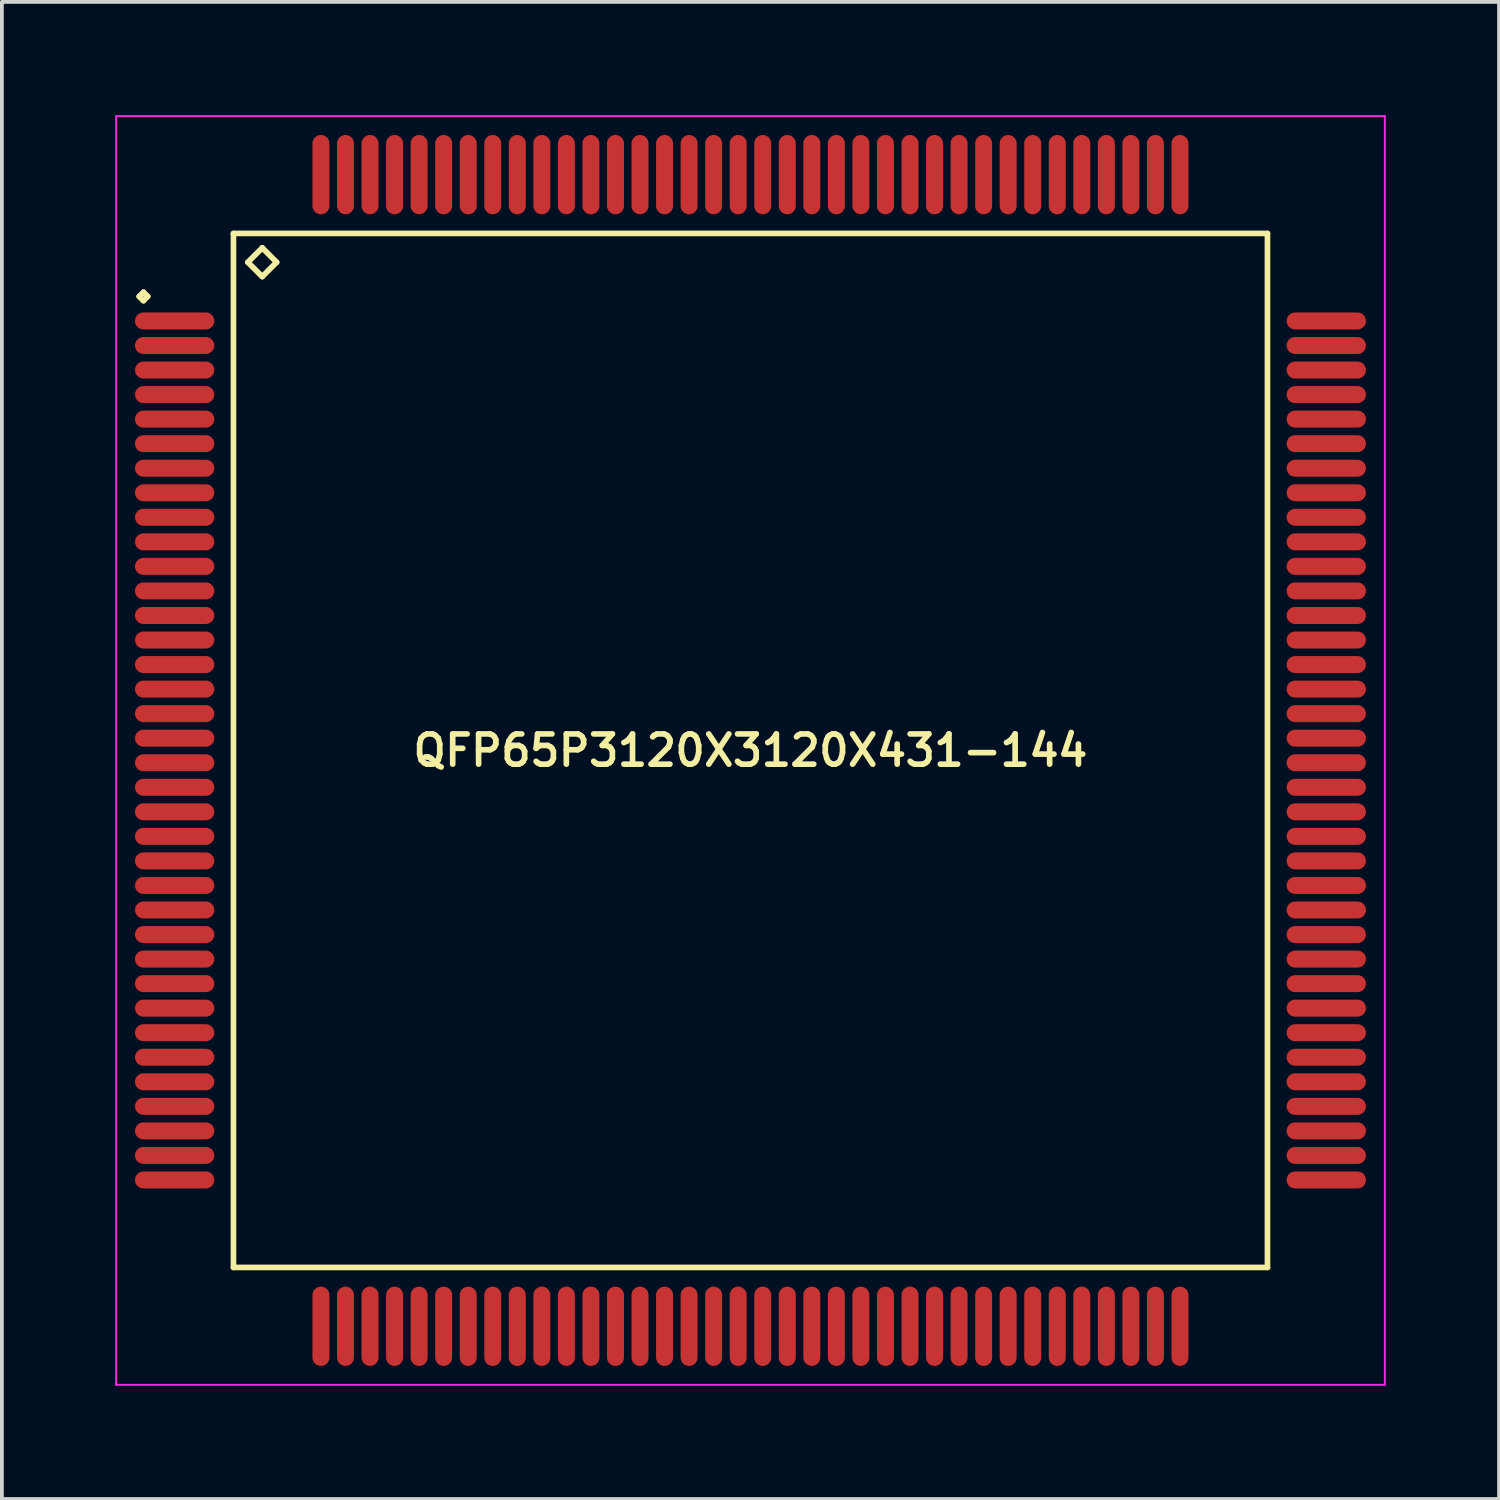
<source format=kicad_pcb>
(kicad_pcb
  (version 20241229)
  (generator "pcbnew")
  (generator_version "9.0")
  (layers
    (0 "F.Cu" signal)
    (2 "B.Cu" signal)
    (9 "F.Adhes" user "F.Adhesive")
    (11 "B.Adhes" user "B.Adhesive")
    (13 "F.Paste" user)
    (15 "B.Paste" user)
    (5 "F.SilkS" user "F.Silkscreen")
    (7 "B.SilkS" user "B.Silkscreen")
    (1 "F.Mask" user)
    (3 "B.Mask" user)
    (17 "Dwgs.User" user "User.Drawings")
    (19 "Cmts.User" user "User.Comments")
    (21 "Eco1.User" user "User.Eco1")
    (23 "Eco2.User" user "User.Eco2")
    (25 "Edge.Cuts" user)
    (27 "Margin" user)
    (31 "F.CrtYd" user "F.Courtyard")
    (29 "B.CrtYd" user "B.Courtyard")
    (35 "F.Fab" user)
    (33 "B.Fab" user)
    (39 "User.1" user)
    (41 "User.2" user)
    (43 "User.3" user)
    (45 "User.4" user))
  (footprint "QFP65P3120X3120X431-144"
    (layer "F.Cu")
    (at 16.825 16.825)
    (property "Reference" "QFP65P3120X3120X431-144" (at 0 0 0) (layer "F.SilkS") (effects (font (size 0.8 0.8) (thickness 0.15))))
    (attr smd)
    (fp_line (start -16.188 -12.025) (end -16.075 -12.137) (stroke (width 0.15) (type solid)) (layer "F.SilkS"))
    (fp_line (start -16.075 -12.137) (end -15.963 -12.025) (stroke (width 0.15) (type solid)) (layer "F.SilkS"))
    (fp_line (start -16.075 -11.912) (end -16.188 -12.025) (stroke (width 0.15) (type solid)) (layer "F.SilkS"))
    (fp_line (start -15.963 -12.025) (end -16.075 -11.912) (stroke (width 0.15) (type solid)) (layer "F.SilkS"))
    (fp_line (start -13.692 -13.692) (end -13.692 13.692) (stroke (width 0.15) (type solid)) (layer "F.SilkS"))
    (fp_line (start -13.692 13.692) (end 13.692 13.692) (stroke (width 0.15) (type solid)) (layer "F.SilkS"))
    (fp_line (start -13.311 -12.93) (end -12.93 -13.311) (stroke (width 0.15) (type solid)) (layer "F.SilkS"))
    (fp_line (start -12.93 -13.311) (end -12.549 -12.93) (stroke (width 0.15) (type solid)) (layer "F.SilkS"))
    (fp_line (start -12.93 -12.549) (end -13.311 -12.93) (stroke (width 0.15) (type solid)) (layer "F.SilkS"))
    (fp_line (start -12.549 -12.93) (end -12.93 -12.549) (stroke (width 0.15) (type solid)) (layer "F.SilkS"))
    (fp_line (start 13.692 -13.692) (end -13.692 -13.692) (stroke (width 0.15) (type solid)) (layer "F.SilkS"))
    (fp_line (start 13.692 13.692) (end 13.692 -13.692) (stroke (width 0.15) (type solid)) (layer "F.SilkS"))
    (fp_line (start -16.8 -16.8) (end 16.8 -16.8) (stroke (width 0.05) (type solid)) (layer "F.CrtYd"))
    (fp_line (start -16.8 16.8) (end -16.8 -16.8) (stroke (width 0.05) (type solid)) (layer "F.CrtYd"))
    (fp_line (start 16.8 -16.8) (end 16.8 16.8) (stroke (width 0.05) (type solid)) (layer "F.CrtYd"))
    (fp_line (start 16.8 16.8) (end -16.8 16.8) (stroke (width 0.05) (type solid)) (layer "F.CrtYd"))
    (pad "1" smd oval (at -15.25 -11.375) (size 2.1 0.45) (layers "F.Cu" "F.Mask" "F.Paste"))
    (pad "2" smd oval (at -15.25 -10.725) (size 2.1 0.45) (layers "F.Cu" "F.Mask" "F.Paste"))
    (pad "3" smd oval (at -15.25 -10.075) (size 2.1 0.45) (layers "F.Cu" "F.Mask" "F.Paste"))
    (pad "4" smd oval (at -15.25 -9.425) (size 2.1 0.45) (layers "F.Cu" "F.Mask" "F.Paste"))
    (pad "5" smd oval (at -15.25 -8.775) (size 2.1 0.45) (layers "F.Cu" "F.Mask" "F.Paste"))
    (pad "6" smd oval (at -15.25 -8.125) (size 2.1 0.45) (layers "F.Cu" "F.Mask" "F.Paste"))
    (pad "7" smd oval (at -15.25 -7.475) (size 2.1 0.45) (layers "F.Cu" "F.Mask" "F.Paste"))
    (pad "8" smd oval (at -15.25 -6.825) (size 2.1 0.45) (layers "F.Cu" "F.Mask" "F.Paste"))
    (pad "9" smd oval (at -15.25 -6.175) (size 2.1 0.45) (layers "F.Cu" "F.Mask" "F.Paste"))
    (pad "10" smd oval (at -15.25 -5.525) (size 2.1 0.45) (layers "F.Cu" "F.Mask" "F.Paste"))
    (pad "11" smd oval (at -15.25 -4.875) (size 2.1 0.45) (layers "F.Cu" "F.Mask" "F.Paste"))
    (pad "12" smd oval (at -15.25 -4.225) (size 2.1 0.45) (layers "F.Cu" "F.Mask" "F.Paste"))
    (pad "13" smd oval (at -15.25 -3.575) (size 2.1 0.45) (layers "F.Cu" "F.Mask" "F.Paste"))
    (pad "14" smd oval (at -15.25 -2.925) (size 2.1 0.45) (layers "F.Cu" "F.Mask" "F.Paste"))
    (pad "15" smd oval (at -15.25 -2.275) (size 2.1 0.45) (layers "F.Cu" "F.Mask" "F.Paste"))
    (pad "16" smd oval (at -15.25 -1.625) (size 2.1 0.45) (layers "F.Cu" "F.Mask" "F.Paste"))
    (pad "17" smd oval (at -15.25 -0.975) (size 2.1 0.45) (layers "F.Cu" "F.Mask" "F.Paste"))
    (pad "18" smd oval (at -15.25 -0.325) (size 2.1 0.45) (layers "F.Cu" "F.Mask" "F.Paste"))
    (pad "19" smd oval (at -15.25 0.325) (size 2.1 0.45) (layers "F.Cu" "F.Mask" "F.Paste"))
    (pad "20" smd oval (at -15.25 0.975) (size 2.1 0.45) (layers "F.Cu" "F.Mask" "F.Paste"))
    (pad "21" smd oval (at -15.25 1.625) (size 2.1 0.45) (layers "F.Cu" "F.Mask" "F.Paste"))
    (pad "22" smd oval (at -15.25 2.275) (size 2.1 0.45) (layers "F.Cu" "F.Mask" "F.Paste"))
    (pad "23" smd oval (at -15.25 2.925) (size 2.1 0.45) (layers "F.Cu" "F.Mask" "F.Paste"))
    (pad "24" smd oval (at -15.25 3.575) (size 2.1 0.45) (layers "F.Cu" "F.Mask" "F.Paste"))
    (pad "25" smd oval (at -15.25 4.225) (size 2.1 0.45) (layers "F.Cu" "F.Mask" "F.Paste"))
    (pad "26" smd oval (at -15.25 4.875) (size 2.1 0.45) (layers "F.Cu" "F.Mask" "F.Paste"))
    (pad "27" smd oval (at -15.25 5.525) (size 2.1 0.45) (layers "F.Cu" "F.Mask" "F.Paste"))
    (pad "28" smd oval (at -15.25 6.175) (size 2.1 0.45) (layers "F.Cu" "F.Mask" "F.Paste"))
    (pad "29" smd oval (at -15.25 6.825) (size 2.1 0.45) (layers "F.Cu" "F.Mask" "F.Paste"))
    (pad "30" smd oval (at -15.25 7.475) (size 2.1 0.45) (layers "F.Cu" "F.Mask" "F.Paste"))
    (pad "31" smd oval (at -15.25 8.125) (size 2.1 0.45) (layers "F.Cu" "F.Mask" "F.Paste"))
    (pad "32" smd oval (at -15.25 8.775) (size 2.1 0.45) (layers "F.Cu" "F.Mask" "F.Paste"))
    (pad "33" smd oval (at -15.25 9.425) (size 2.1 0.45) (layers "F.Cu" "F.Mask" "F.Paste"))
    (pad "34" smd oval (at -15.25 10.075) (size 2.1 0.45) (layers "F.Cu" "F.Mask" "F.Paste"))
    (pad "35" smd oval (at -15.25 10.725) (size 2.1 0.45) (layers "F.Cu" "F.Mask" "F.Paste"))
    (pad "36" smd oval (at -15.25 11.375) (size 2.1 0.45) (layers "F.Cu" "F.Mask" "F.Paste"))
    (pad "37" smd oval (at -11.375 15.25) (size 0.45 2.1) (layers "F.Cu" "F.Mask" "F.Paste"))
    (pad "38" smd oval (at -10.725 15.25) (size 0.45 2.1) (layers "F.Cu" "F.Mask" "F.Paste"))
    (pad "39" smd oval (at -10.075 15.25) (size 0.45 2.1) (layers "F.Cu" "F.Mask" "F.Paste"))
    (pad "40" smd oval (at -9.425 15.25) (size 0.45 2.1) (layers "F.Cu" "F.Mask" "F.Paste"))
    (pad "41" smd oval (at -8.775 15.25) (size 0.45 2.1) (layers "F.Cu" "F.Mask" "F.Paste"))
    (pad "42" smd oval (at -8.125 15.25) (size 0.45 2.1) (layers "F.Cu" "F.Mask" "F.Paste"))
    (pad "43" smd oval (at -7.475 15.25) (size 0.45 2.1) (layers "F.Cu" "F.Mask" "F.Paste"))
    (pad "44" smd oval (at -6.825 15.25) (size 0.45 2.1) (layers "F.Cu" "F.Mask" "F.Paste"))
    (pad "45" smd oval (at -6.175 15.25) (size 0.45 2.1) (layers "F.Cu" "F.Mask" "F.Paste"))
    (pad "46" smd oval (at -5.525 15.25) (size 0.45 2.1) (layers "F.Cu" "F.Mask" "F.Paste"))
    (pad "47" smd oval (at -4.875 15.25) (size 0.45 2.1) (layers "F.Cu" "F.Mask" "F.Paste"))
    (pad "48" smd oval (at -4.225 15.25) (size 0.45 2.1) (layers "F.Cu" "F.Mask" "F.Paste"))
    (pad "49" smd oval (at -3.575 15.25) (size 0.45 2.1) (layers "F.Cu" "F.Mask" "F.Paste"))
    (pad "50" smd oval (at -2.925 15.25) (size 0.45 2.1) (layers "F.Cu" "F.Mask" "F.Paste"))
    (pad "51" smd oval (at -2.275 15.25) (size 0.45 2.1) (layers "F.Cu" "F.Mask" "F.Paste"))
    (pad "52" smd oval (at -1.625 15.25) (size 0.45 2.1) (layers "F.Cu" "F.Mask" "F.Paste"))
    (pad "53" smd oval (at -0.975 15.25) (size 0.45 2.1) (layers "F.Cu" "F.Mask" "F.Paste"))
    (pad "54" smd oval (at -0.325 15.25) (size 0.45 2.1) (layers "F.Cu" "F.Mask" "F.Paste"))
    (pad "55" smd oval (at 0.325 15.25) (size 0.45 2.1) (layers "F.Cu" "F.Mask" "F.Paste"))
    (pad "56" smd oval (at 0.975 15.25) (size 0.45 2.1) (layers "F.Cu" "F.Mask" "F.Paste"))
    (pad "57" smd oval (at 1.625 15.25) (size 0.45 2.1) (layers "F.Cu" "F.Mask" "F.Paste"))
    (pad "58" smd oval (at 2.275 15.25) (size 0.45 2.1) (layers "F.Cu" "F.Mask" "F.Paste"))
    (pad "59" smd oval (at 2.925 15.25) (size 0.45 2.1) (layers "F.Cu" "F.Mask" "F.Paste"))
    (pad "60" smd oval (at 3.575 15.25) (size 0.45 2.1) (layers "F.Cu" "F.Mask" "F.Paste"))
    (pad "61" smd oval (at 4.225 15.25) (size 0.45 2.1) (layers "F.Cu" "F.Mask" "F.Paste"))
    (pad "62" smd oval (at 4.875 15.25) (size 0.45 2.1) (layers "F.Cu" "F.Mask" "F.Paste"))
    (pad "63" smd oval (at 5.525 15.25) (size 0.45 2.1) (layers "F.Cu" "F.Mask" "F.Paste"))
    (pad "64" smd oval (at 6.175 15.25) (size 0.45 2.1) (layers "F.Cu" "F.Mask" "F.Paste"))
    (pad "65" smd oval (at 6.825 15.25) (size 0.45 2.1) (layers "F.Cu" "F.Mask" "F.Paste"))
    (pad "66" smd oval (at 7.475 15.25) (size 0.45 2.1) (layers "F.Cu" "F.Mask" "F.Paste"))
    (pad "67" smd oval (at 8.125 15.25) (size 0.45 2.1) (layers "F.Cu" "F.Mask" "F.Paste"))
    (pad "68" smd oval (at 8.775 15.25) (size 0.45 2.1) (layers "F.Cu" "F.Mask" "F.Paste"))
    (pad "69" smd oval (at 9.425 15.25) (size 0.45 2.1) (layers "F.Cu" "F.Mask" "F.Paste"))
    (pad "70" smd oval (at 10.075 15.25) (size 0.45 2.1) (layers "F.Cu" "F.Mask" "F.Paste"))
    (pad "71" smd oval (at 10.725 15.25) (size 0.45 2.1) (layers "F.Cu" "F.Mask" "F.Paste"))
    (pad "72" smd oval (at 11.375 15.25) (size 0.45 2.1) (layers "F.Cu" "F.Mask" "F.Paste"))
    (pad "73" smd oval (at 15.25 11.375) (size 2.1 0.45) (layers "F.Cu" "F.Mask" "F.Paste"))
    (pad "74" smd oval (at 15.25 10.725) (size 2.1 0.45) (layers "F.Cu" "F.Mask" "F.Paste"))
    (pad "75" smd oval (at 15.25 10.075) (size 2.1 0.45) (layers "F.Cu" "F.Mask" "F.Paste"))
    (pad "76" smd oval (at 15.25 9.425) (size 2.1 0.45) (layers "F.Cu" "F.Mask" "F.Paste"))
    (pad "77" smd oval (at 15.25 8.775) (size 2.1 0.45) (layers "F.Cu" "F.Mask" "F.Paste"))
    (pad "78" smd oval (at 15.25 8.125) (size 2.1 0.45) (layers "F.Cu" "F.Mask" "F.Paste"))
    (pad "79" smd oval (at 15.25 7.475) (size 2.1 0.45) (layers "F.Cu" "F.Mask" "F.Paste"))
    (pad "80" smd oval (at 15.25 6.825) (size 2.1 0.45) (layers "F.Cu" "F.Mask" "F.Paste"))
    (pad "81" smd oval (at 15.25 6.175) (size 2.1 0.45) (layers "F.Cu" "F.Mask" "F.Paste"))
    (pad "82" smd oval (at 15.25 5.525) (size 2.1 0.45) (layers "F.Cu" "F.Mask" "F.Paste"))
    (pad "83" smd oval (at 15.25 4.875) (size 2.1 0.45) (layers "F.Cu" "F.Mask" "F.Paste"))
    (pad "84" smd oval (at 15.25 4.225) (size 2.1 0.45) (layers "F.Cu" "F.Mask" "F.Paste"))
    (pad "85" smd oval (at 15.25 3.575) (size 2.1 0.45) (layers "F.Cu" "F.Mask" "F.Paste"))
    (pad "86" smd oval (at 15.25 2.925) (size 2.1 0.45) (layers "F.Cu" "F.Mask" "F.Paste"))
    (pad "87" smd oval (at 15.25 2.275) (size 2.1 0.45) (layers "F.Cu" "F.Mask" "F.Paste"))
    (pad "88" smd oval (at 15.25 1.625) (size 2.1 0.45) (layers "F.Cu" "F.Mask" "F.Paste"))
    (pad "89" smd oval (at 15.25 0.975) (size 2.1 0.45) (layers "F.Cu" "F.Mask" "F.Paste"))
    (pad "90" smd oval (at 15.25 0.325) (size 2.1 0.45) (layers "F.Cu" "F.Mask" "F.Paste"))
    (pad "91" smd oval (at 15.25 -0.325) (size 2.1 0.45) (layers "F.Cu" "F.Mask" "F.Paste"))
    (pad "92" smd oval (at 15.25 -0.975) (size 2.1 0.45) (layers "F.Cu" "F.Mask" "F.Paste"))
    (pad "93" smd oval (at 15.25 -1.625) (size 2.1 0.45) (layers "F.Cu" "F.Mask" "F.Paste"))
    (pad "94" smd oval (at 15.25 -2.275) (size 2.1 0.45) (layers "F.Cu" "F.Mask" "F.Paste"))
    (pad "95" smd oval (at 15.25 -2.925) (size 2.1 0.45) (layers "F.Cu" "F.Mask" "F.Paste"))
    (pad "96" smd oval (at 15.25 -3.575) (size 2.1 0.45) (layers "F.Cu" "F.Mask" "F.Paste"))
    (pad "97" smd oval (at 15.25 -4.225) (size 2.1 0.45) (layers "F.Cu" "F.Mask" "F.Paste"))
    (pad "98" smd oval (at 15.25 -4.875) (size 2.1 0.45) (layers "F.Cu" "F.Mask" "F.Paste"))
    (pad "99" smd oval (at 15.25 -5.525) (size 2.1 0.45) (layers "F.Cu" "F.Mask" "F.Paste"))
    (pad "100" smd oval (at 15.25 -6.175) (size 2.1 0.45) (layers "F.Cu" "F.Mask" "F.Paste"))
    (pad "101" smd oval (at 15.25 -6.825) (size 2.1 0.45) (layers "F.Cu" "F.Mask" "F.Paste"))
    (pad "102" smd oval (at 15.25 -7.475) (size 2.1 0.45) (layers "F.Cu" "F.Mask" "F.Paste"))
    (pad "103" smd oval (at 15.25 -8.125) (size 2.1 0.45) (layers "F.Cu" "F.Mask" "F.Paste"))
    (pad "104" smd oval (at 15.25 -8.775) (size 2.1 0.45) (layers "F.Cu" "F.Mask" "F.Paste"))
    (pad "105" smd oval (at 15.25 -9.425) (size 2.1 0.45) (layers "F.Cu" "F.Mask" "F.Paste"))
    (pad "106" smd oval (at 15.25 -10.075) (size 2.1 0.45) (layers "F.Cu" "F.Mask" "F.Paste"))
    (pad "107" smd oval (at 15.25 -10.725) (size 2.1 0.45) (layers "F.Cu" "F.Mask" "F.Paste"))
    (pad "108" smd oval (at 15.25 -11.375) (size 2.1 0.45) (layers "F.Cu" "F.Mask" "F.Paste"))
    (pad "109" smd oval (at 11.375 -15.25) (size 0.45 2.1) (layers "F.Cu" "F.Mask" "F.Paste"))
    (pad "110" smd oval (at 10.725 -15.25) (size 0.45 2.1) (layers "F.Cu" "F.Mask" "F.Paste"))
    (pad "111" smd oval (at 10.075 -15.25) (size 0.45 2.1) (layers "F.Cu" "F.Mask" "F.Paste"))
    (pad "112" smd oval (at 9.425 -15.25) (size 0.45 2.1) (layers "F.Cu" "F.Mask" "F.Paste"))
    (pad "113" smd oval (at 8.775 -15.25) (size 0.45 2.1) (layers "F.Cu" "F.Mask" "F.Paste"))
    (pad "114" smd oval (at 8.125 -15.25) (size 0.45 2.1) (layers "F.Cu" "F.Mask" "F.Paste"))
    (pad "115" smd oval (at 7.475 -15.25) (size 0.45 2.1) (layers "F.Cu" "F.Mask" "F.Paste"))
    (pad "116" smd oval (at 6.825 -15.25) (size 0.45 2.1) (layers "F.Cu" "F.Mask" "F.Paste"))
    (pad "117" smd oval (at 6.175 -15.25) (size 0.45 2.1) (layers "F.Cu" "F.Mask" "F.Paste"))
    (pad "118" smd oval (at 5.525 -15.25) (size 0.45 2.1) (layers "F.Cu" "F.Mask" "F.Paste"))
    (pad "119" smd oval (at 4.875 -15.25) (size 0.45 2.1) (layers "F.Cu" "F.Mask" "F.Paste"))
    (pad "120" smd oval (at 4.225 -15.25) (size 0.45 2.1) (layers "F.Cu" "F.Mask" "F.Paste"))
    (pad "121" smd oval (at 3.575 -15.25) (size 0.45 2.1) (layers "F.Cu" "F.Mask" "F.Paste"))
    (pad "122" smd oval (at 2.925 -15.25) (size 0.45 2.1) (layers "F.Cu" "F.Mask" "F.Paste"))
    (pad "123" smd oval (at 2.275 -15.25) (size 0.45 2.1) (layers "F.Cu" "F.Mask" "F.Paste"))
    (pad "124" smd oval (at 1.625 -15.25) (size 0.45 2.1) (layers "F.Cu" "F.Mask" "F.Paste"))
    (pad "125" smd oval (at 0.975 -15.25) (size 0.45 2.1) (layers "F.Cu" "F.Mask" "F.Paste"))
    (pad "126" smd oval (at 0.325 -15.25) (size 0.45 2.1) (layers "F.Cu" "F.Mask" "F.Paste"))
    (pad "127" smd oval (at -0.325 -15.25) (size 0.45 2.1) (layers "F.Cu" "F.Mask" "F.Paste"))
    (pad "128" smd oval (at -0.975 -15.25) (size 0.45 2.1) (layers "F.Cu" "F.Mask" "F.Paste"))
    (pad "129" smd oval (at -1.625 -15.25) (size 0.45 2.1) (layers "F.Cu" "F.Mask" "F.Paste"))
    (pad "130" smd oval (at -2.275 -15.25) (size 0.45 2.1) (layers "F.Cu" "F.Mask" "F.Paste"))
    (pad "131" smd oval (at -2.925 -15.25) (size 0.45 2.1) (layers "F.Cu" "F.Mask" "F.Paste"))
    (pad "132" smd oval (at -3.575 -15.25) (size 0.45 2.1) (layers "F.Cu" "F.Mask" "F.Paste"))
    (pad "133" smd oval (at -4.225 -15.25) (size 0.45 2.1) (layers "F.Cu" "F.Mask" "F.Paste"))
    (pad "134" smd oval (at -4.875 -15.25) (size 0.45 2.1) (layers "F.Cu" "F.Mask" "F.Paste"))
    (pad "135" smd oval (at -5.525 -15.25) (size 0.45 2.1) (layers "F.Cu" "F.Mask" "F.Paste"))
    (pad "136" smd oval (at -6.175 -15.25) (size 0.45 2.1) (layers "F.Cu" "F.Mask" "F.Paste"))
    (pad "137" smd oval (at -6.825 -15.25) (size 0.45 2.1) (layers "F.Cu" "F.Mask" "F.Paste"))
    (pad "138" smd oval (at -7.475 -15.25) (size 0.45 2.1) (layers "F.Cu" "F.Mask" "F.Paste"))
    (pad "139" smd oval (at -8.125 -15.25) (size 0.45 2.1) (layers "F.Cu" "F.Mask" "F.Paste"))
    (pad "140" smd oval (at -8.775 -15.25) (size 0.45 2.1) (layers "F.Cu" "F.Mask" "F.Paste"))
    (pad "141" smd oval (at -9.425 -15.25) (size 0.45 2.1) (layers "F.Cu" "F.Mask" "F.Paste"))
    (pad "142" smd oval (at -10.075 -15.25) (size 0.45 2.1) (layers "F.Cu" "F.Mask" "F.Paste"))
    (pad "143" smd oval (at -10.725 -15.25) (size 0.45 2.1) (layers "F.Cu" "F.Mask" "F.Paste"))
    (pad "144" smd oval (at -11.375 -15.25) (size 0.45 2.1) (layers "F.Cu" "F.Mask" "F.Paste")))
  (gr_rect
    (start -3 -3)
    (end 36.65 36.65)
    (stroke (width 0.1) (type default))
    (fill no)
    (layer "Edge.Cuts")))
</source>
